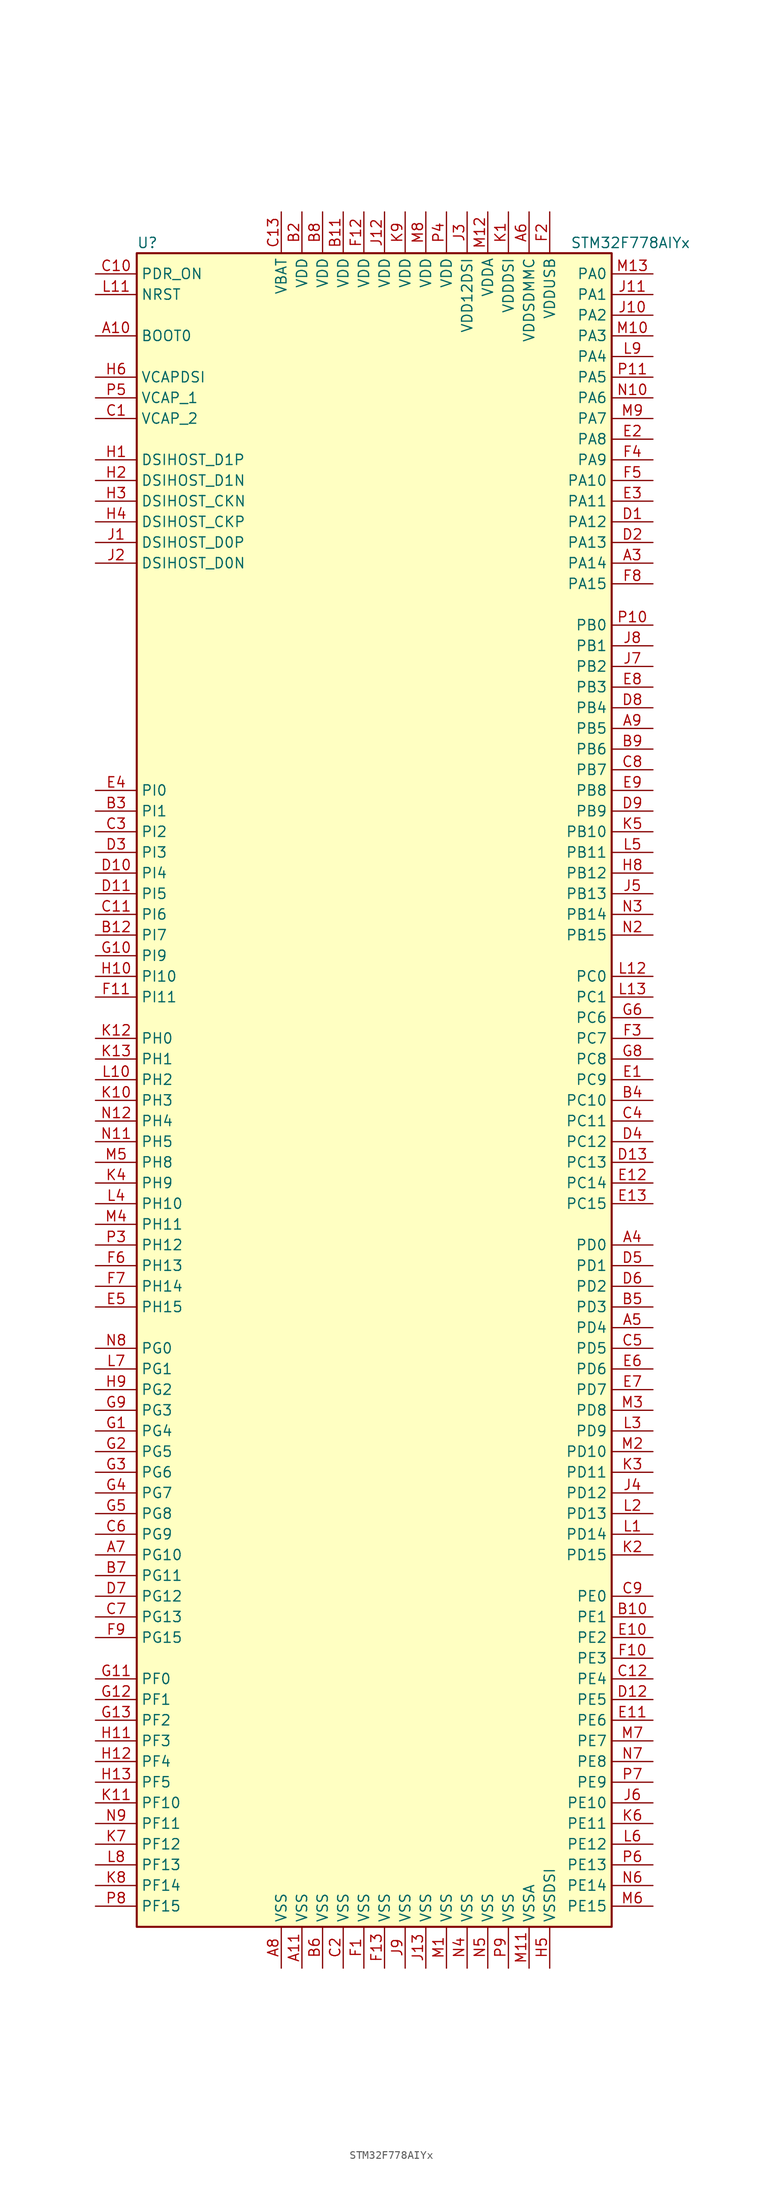
<source format=kicad_sym>
(kicad_symbol_lib
  (version 20220914)
  (generator kicad_symbol_editor)
  (symbol "STM32F778AIYx"
    (property "Reference" "U"
      (at -30.48 102.87 0)
      (effects (font (size 1.27 1.27)) (justify left)))
    (property "Value" "STM32F778AIYx"
      (at 22.86 102.87 0)
      (effects (font (size 1.27 1.27)) (justify left)))
    (symbol "STM32F778AIYx_0_1"
      (rectangle (start -30.48 -104.14) (end 27.94 101.6) (stroke (width 0.254) (type default)) (fill (type background))))
    (symbol "STM32F778AIYx_1_1"
      (pin no_connect line (at -30.48 -101.6 0) (length 5.08) hide (name "NC" (effects (font (size 1.27 1.27)))) (number "A1" (effects (font (size 1.27 1.27)))))
      (pin input line (at -35.56 91.44 0) (length 5.08) (name "BOOT0" (effects (font (size 1.27 1.27)))) (number "A10" (effects (font (size 1.27 1.27)))))
      (pin power_in line (at -10.16 -109.22 90) (length 5.08) (name "VSS" (effects (font (size 1.27 1.27)))) (number "A11" (effects (font (size 1.27 1.27)))))
      (pin no_connect line (at -30.48 -96.52 0) (length 5.08) hide (name "NC" (effects (font (size 1.27 1.27)))) (number "A12" (effects (font (size 1.27 1.27)))))
      (pin no_connect line (at -30.48 -93.98 0) (length 5.08) hide (name "NC" (effects (font (size 1.27 1.27)))) (number "A13" (effects (font (size 1.27 1.27)))))
      (pin no_connect line (at -30.48 -99.06 0) (length 5.08) hide (name "NC" (effects (font (size 1.27 1.27)))) (number "A2" (effects (font (size 1.27 1.27)))))
      (pin bidirectional line (at 33.02 63.5 180) (length 5.08) (name "PA14" (effects (font (size 1.27 1.27)))) (number "A3" (effects (font (size 1.27 1.27)))))
      (pin bidirectional line (at 33.02 -20.32 180) (length 5.08) (name "PD0" (effects (font (size 1.27 1.27)))) (number "A4" (effects (font (size 1.27 1.27)))))
      (pin bidirectional line (at 33.02 -30.48 180) (length 5.08) (name "PD4" (effects (font (size 1.27 1.27)))) (number "A5" (effects (font (size 1.27 1.27)))))
      (pin power_in line (at 17.78 106.68 270) (length 5.08) (name "VDDSDMMC" (effects (font (size 1.27 1.27)))) (number "A6" (effects (font (size 1.27 1.27)))))
      (pin bidirectional line (at -35.56 -58.42 0) (length 5.08) (name "PG10" (effects (font (size 1.27 1.27)))) (number "A7" (effects (font (size 1.27 1.27)))))
      (pin power_in line (at -12.7 -109.22 90) (length 5.08) (name "VSS" (effects (font (size 1.27 1.27)))) (number "A8" (effects (font (size 1.27 1.27)))))
      (pin bidirectional line (at 33.02 43.18 180) (length 5.08) (name "PB5" (effects (font (size 1.27 1.27)))) (number "A9" (effects (font (size 1.27 1.27)))))
      (pin no_connect line (at -30.48 -91.44 0) (length 5.08) hide (name "NC" (effects (font (size 1.27 1.27)))) (number "B1" (effects (font (size 1.27 1.27)))))
      (pin bidirectional line (at 33.02 -66.04 180) (length 5.08) (name "PE1" (effects (font (size 1.27 1.27)))) (number "B10" (effects (font (size 1.27 1.27)))))
      (pin power_in line (at -5.08 106.68 270) (length 5.08) (name "VDD" (effects (font (size 1.27 1.27)))) (number "B11" (effects (font (size 1.27 1.27)))))
      (pin bidirectional line (at -35.56 17.78 0) (length 5.08) (name "PI7" (effects (font (size 1.27 1.27)))) (number "B12" (effects (font (size 1.27 1.27)))))
      (pin no_connect line (at -30.48 -88.9 0) (length 5.08) hide (name "NC" (effects (font (size 1.27 1.27)))) (number "B13" (effects (font (size 1.27 1.27)))))
      (pin power_in line (at -10.16 106.68 270) (length 5.08) (name "VDD" (effects (font (size 1.27 1.27)))) (number "B2" (effects (font (size 1.27 1.27)))))
      (pin bidirectional line (at -35.56 33.02 0) (length 5.08) (name "PI1" (effects (font (size 1.27 1.27)))) (number "B3" (effects (font (size 1.27 1.27)))))
      (pin bidirectional line (at 33.02 -2.54 180) (length 5.08) (name "PC10" (effects (font (size 1.27 1.27)))) (number "B4" (effects (font (size 1.27 1.27)))))
      (pin bidirectional line (at 33.02 -27.94 180) (length 5.08) (name "PD3" (effects (font (size 1.27 1.27)))) (number "B5" (effects (font (size 1.27 1.27)))))
      (pin power_in line (at -7.62 -109.22 90) (length 5.08) (name "VSS" (effects (font (size 1.27 1.27)))) (number "B6" (effects (font (size 1.27 1.27)))))
      (pin bidirectional line (at -35.56 -60.96 0) (length 5.08) (name "PG11" (effects (font (size 1.27 1.27)))) (number "B7" (effects (font (size 1.27 1.27)))))
      (pin power_in line (at -7.62 106.68 270) (length 5.08) (name "VDD" (effects (font (size 1.27 1.27)))) (number "B8" (effects (font (size 1.27 1.27)))))
      (pin bidirectional line (at 33.02 40.64 180) (length 5.08) (name "PB6" (effects (font (size 1.27 1.27)))) (number "B9" (effects (font (size 1.27 1.27)))))
      (pin power_in line (at -35.56 81.28 0) (length 5.08) (name "VCAP_2" (effects (font (size 1.27 1.27)))) (number "C1" (effects (font (size 1.27 1.27)))))
      (pin input line (at -35.56 99.06 0) (length 5.08) (name "PDR_ON" (effects (font (size 1.27 1.27)))) (number "C10" (effects (font (size 1.27 1.27)))))
      (pin bidirectional line (at -35.56 20.32 0) (length 5.08) (name "PI6" (effects (font (size 1.27 1.27)))) (number "C11" (effects (font (size 1.27 1.27)))))
      (pin bidirectional line (at 33.02 -73.66 180) (length 5.08) (name "PE4" (effects (font (size 1.27 1.27)))) (number "C12" (effects (font (size 1.27 1.27)))))
      (pin power_in line (at -12.7 106.68 270) (length 5.08) (name "VBAT" (effects (font (size 1.27 1.27)))) (number "C13" (effects (font (size 1.27 1.27)))))
      (pin power_in line (at -5.08 -109.22 90) (length 5.08) (name "VSS" (effects (font (size 1.27 1.27)))) (number "C2" (effects (font (size 1.27 1.27)))))
      (pin bidirectional line (at -35.56 30.48 0) (length 5.08) (name "PI2" (effects (font (size 1.27 1.27)))) (number "C3" (effects (font (size 1.27 1.27)))))
      (pin bidirectional line (at 33.02 -5.08 180) (length 5.08) (name "PC11" (effects (font (size 1.27 1.27)))) (number "C4" (effects (font (size 1.27 1.27)))))
      (pin bidirectional line (at 33.02 -33.02 180) (length 5.08) (name "PD5" (effects (font (size 1.27 1.27)))) (number "C5" (effects (font (size 1.27 1.27)))))
      (pin bidirectional line (at -35.56 -55.88 0) (length 5.08) (name "PG9" (effects (font (size 1.27 1.27)))) (number "C6" (effects (font (size 1.27 1.27)))))
      (pin bidirectional line (at -35.56 -66.04 0) (length 5.08) (name "PG13" (effects (font (size 1.27 1.27)))) (number "C7" (effects (font (size 1.27 1.27)))))
      (pin bidirectional line (at 33.02 38.1 180) (length 5.08) (name "PB7" (effects (font (size 1.27 1.27)))) (number "C8" (effects (font (size 1.27 1.27)))))
      (pin bidirectional line (at 33.02 -63.5 180) (length 5.08) (name "PE0" (effects (font (size 1.27 1.27)))) (number "C9" (effects (font (size 1.27 1.27)))))
      (pin bidirectional line (at 33.02 68.58 180) (length 5.08) (name "PA12" (effects (font (size 1.27 1.27)))) (number "D1" (effects (font (size 1.27 1.27)))))
      (pin bidirectional line (at -35.56 25.4 0) (length 5.08) (name "PI4" (effects (font (size 1.27 1.27)))) (number "D10" (effects (font (size 1.27 1.27)))))
      (pin bidirectional line (at -35.56 22.86 0) (length 5.08) (name "PI5" (effects (font (size 1.27 1.27)))) (number "D11" (effects (font (size 1.27 1.27)))))
      (pin bidirectional line (at 33.02 -76.2 180) (length 5.08) (name "PE5" (effects (font (size 1.27 1.27)))) (number "D12" (effects (font (size 1.27 1.27)))))
      (pin bidirectional line (at 33.02 -10.16 180) (length 5.08) (name "PC13" (effects (font (size 1.27 1.27)))) (number "D13" (effects (font (size 1.27 1.27)))))
      (pin bidirectional line (at 33.02 66.04 180) (length 5.08) (name "PA13" (effects (font (size 1.27 1.27)))) (number "D2" (effects (font (size 1.27 1.27)))))
      (pin bidirectional line (at -35.56 27.94 0) (length 5.08) (name "PI3" (effects (font (size 1.27 1.27)))) (number "D3" (effects (font (size 1.27 1.27)))))
      (pin bidirectional line (at 33.02 -7.62 180) (length 5.08) (name "PC12" (effects (font (size 1.27 1.27)))) (number "D4" (effects (font (size 1.27 1.27)))))
      (pin bidirectional line (at 33.02 -22.86 180) (length 5.08) (name "PD1" (effects (font (size 1.27 1.27)))) (number "D5" (effects (font (size 1.27 1.27)))))
      (pin bidirectional line (at 33.02 -25.4 180) (length 5.08) (name "PD2" (effects (font (size 1.27 1.27)))) (number "D6" (effects (font (size 1.27 1.27)))))
      (pin bidirectional line (at -35.56 -63.5 0) (length 5.08) (name "PG12" (effects (font (size 1.27 1.27)))) (number "D7" (effects (font (size 1.27 1.27)))))
      (pin bidirectional line (at 33.02 45.72 180) (length 5.08) (name "PB4" (effects (font (size 1.27 1.27)))) (number "D8" (effects (font (size 1.27 1.27)))))
      (pin bidirectional line (at 33.02 33.02 180) (length 5.08) (name "PB9" (effects (font (size 1.27 1.27)))) (number "D9" (effects (font (size 1.27 1.27)))))
      (pin bidirectional line (at 33.02 0 180) (length 5.08) (name "PC9" (effects (font (size 1.27 1.27)))) (number "E1" (effects (font (size 1.27 1.27)))))
      (pin bidirectional line (at 33.02 -68.58 180) (length 5.08) (name "PE2" (effects (font (size 1.27 1.27)))) (number "E10" (effects (font (size 1.27 1.27)))))
      (pin bidirectional line (at 33.02 -78.74 180) (length 5.08) (name "PE6" (effects (font (size 1.27 1.27)))) (number "E11" (effects (font (size 1.27 1.27)))))
      (pin bidirectional line (at 33.02 -12.7 180) (length 5.08) (name "PC14" (effects (font (size 1.27 1.27)))) (number "E12" (effects (font (size 1.27 1.27)))))
      (pin bidirectional line (at 33.02 -15.24 180) (length 5.08) (name "PC15" (effects (font (size 1.27 1.27)))) (number "E13" (effects (font (size 1.27 1.27)))))
      (pin bidirectional line (at 33.02 78.74 180) (length 5.08) (name "PA8" (effects (font (size 1.27 1.27)))) (number "E2" (effects (font (size 1.27 1.27)))))
      (pin bidirectional line (at 33.02 71.12 180) (length 5.08) (name "PA11" (effects (font (size 1.27 1.27)))) (number "E3" (effects (font (size 1.27 1.27)))))
      (pin bidirectional line (at -35.56 35.56 0) (length 5.08) (name "PI0" (effects (font (size 1.27 1.27)))) (number "E4" (effects (font (size 1.27 1.27)))))
      (pin bidirectional line (at -35.56 -27.94 0) (length 5.08) (name "PH15" (effects (font (size 1.27 1.27)))) (number "E5" (effects (font (size 1.27 1.27)))))
      (pin bidirectional line (at 33.02 -35.56 180) (length 5.08) (name "PD6" (effects (font (size 1.27 1.27)))) (number "E6" (effects (font (size 1.27 1.27)))))
      (pin bidirectional line (at 33.02 -38.1 180) (length 5.08) (name "PD7" (effects (font (size 1.27 1.27)))) (number "E7" (effects (font (size 1.27 1.27)))))
      (pin bidirectional line (at 33.02 48.26 180) (length 5.08) (name "PB3" (effects (font (size 1.27 1.27)))) (number "E8" (effects (font (size 1.27 1.27)))))
      (pin bidirectional line (at 33.02 35.56 180) (length 5.08) (name "PB8" (effects (font (size 1.27 1.27)))) (number "E9" (effects (font (size 1.27 1.27)))))
      (pin power_in line (at -2.54 -109.22 90) (length 5.08) (name "VSS" (effects (font (size 1.27 1.27)))) (number "F1" (effects (font (size 1.27 1.27)))))
      (pin bidirectional line (at 33.02 -71.12 180) (length 5.08) (name "PE3" (effects (font (size 1.27 1.27)))) (number "F10" (effects (font (size 1.27 1.27)))))
      (pin bidirectional line (at -35.56 10.16 0) (length 5.08) (name "PI11" (effects (font (size 1.27 1.27)))) (number "F11" (effects (font (size 1.27 1.27)))))
      (pin power_in line (at -2.54 106.68 270) (length 5.08) (name "VDD" (effects (font (size 1.27 1.27)))) (number "F12" (effects (font (size 1.27 1.27)))))
      (pin power_in line (at 0 -109.22 90) (length 5.08) (name "VSS" (effects (font (size 1.27 1.27)))) (number "F13" (effects (font (size 1.27 1.27)))))
      (pin power_in line (at 20.32 106.68 270) (length 5.08) (name "VDDUSB" (effects (font (size 1.27 1.27)))) (number "F2" (effects (font (size 1.27 1.27)))))
      (pin bidirectional line (at 33.02 5.08 180) (length 5.08) (name "PC7" (effects (font (size 1.27 1.27)))) (number "F3" (effects (font (size 1.27 1.27)))))
      (pin bidirectional line (at 33.02 76.2 180) (length 5.08) (name "PA9" (effects (font (size 1.27 1.27)))) (number "F4" (effects (font (size 1.27 1.27)))))
      (pin bidirectional line (at 33.02 73.66 180) (length 5.08) (name "PA10" (effects (font (size 1.27 1.27)))) (number "F5" (effects (font (size 1.27 1.27)))))
      (pin bidirectional line (at -35.56 -22.86 0) (length 5.08) (name "PH13" (effects (font (size 1.27 1.27)))) (number "F6" (effects (font (size 1.27 1.27)))))
      (pin bidirectional line (at -35.56 -25.4 0) (length 5.08) (name "PH14" (effects (font (size 1.27 1.27)))) (number "F7" (effects (font (size 1.27 1.27)))))
      (pin bidirectional line (at 33.02 60.96 180) (length 5.08) (name "PA15" (effects (font (size 1.27 1.27)))) (number "F8" (effects (font (size 1.27 1.27)))))
      (pin bidirectional line (at -35.56 -68.58 0) (length 5.08) (name "PG15" (effects (font (size 1.27 1.27)))) (number "F9" (effects (font (size 1.27 1.27)))))
      (pin bidirectional line (at -35.56 -43.18 0) (length 5.08) (name "PG4" (effects (font (size 1.27 1.27)))) (number "G1" (effects (font (size 1.27 1.27)))))
      (pin bidirectional line (at -35.56 15.24 0) (length 5.08) (name "PI9" (effects (font (size 1.27 1.27)))) (number "G10" (effects (font (size 1.27 1.27)))))
      (pin bidirectional line (at -35.56 -73.66 0) (length 5.08) (name "PF0" (effects (font (size 1.27 1.27)))) (number "G11" (effects (font (size 1.27 1.27)))))
      (pin bidirectional line (at -35.56 -76.2 0) (length 5.08) (name "PF1" (effects (font (size 1.27 1.27)))) (number "G12" (effects (font (size 1.27 1.27)))))
      (pin bidirectional line (at -35.56 -78.74 0) (length 5.08) (name "PF2" (effects (font (size 1.27 1.27)))) (number "G13" (effects (font (size 1.27 1.27)))))
      (pin bidirectional line (at -35.56 -45.72 0) (length 5.08) (name "PG5" (effects (font (size 1.27 1.27)))) (number "G2" (effects (font (size 1.27 1.27)))))
      (pin bidirectional line (at -35.56 -48.26 0) (length 5.08) (name "PG6" (effects (font (size 1.27 1.27)))) (number "G3" (effects (font (size 1.27 1.27)))))
      (pin bidirectional line (at -35.56 -50.8 0) (length 5.08) (name "PG7" (effects (font (size 1.27 1.27)))) (number "G4" (effects (font (size 1.27 1.27)))))
      (pin bidirectional line (at -35.56 -53.34 0) (length 5.08) (name "PG8" (effects (font (size 1.27 1.27)))) (number "G5" (effects (font (size 1.27 1.27)))))
      (pin bidirectional line (at 33.02 7.62 180) (length 5.08) (name "PC6" (effects (font (size 1.27 1.27)))) (number "G6" (effects (font (size 1.27 1.27)))))
      (pin bidirectional line (at 33.02 2.54 180) (length 5.08) (name "PC8" (effects (font (size 1.27 1.27)))) (number "G8" (effects (font (size 1.27 1.27)))))
      (pin bidirectional line (at -35.56 -40.64 0) (length 5.08) (name "PG3" (effects (font (size 1.27 1.27)))) (number "G9" (effects (font (size 1.27 1.27)))))
      (pin bidirectional line (at -35.56 76.2 0) (length 5.08) (name "DSIHOST_D1P" (effects (font (size 1.27 1.27)))) (number "H1" (effects (font (size 1.27 1.27)))))
      (pin bidirectional line (at -35.56 12.7 0) (length 5.08) (name "PI10" (effects (font (size 1.27 1.27)))) (number "H10" (effects (font (size 1.27 1.27)))))
      (pin bidirectional line (at -35.56 -81.28 0) (length 5.08) (name "PF3" (effects (font (size 1.27 1.27)))) (number "H11" (effects (font (size 1.27 1.27)))))
      (pin bidirectional line (at -35.56 -83.82 0) (length 5.08) (name "PF4" (effects (font (size 1.27 1.27)))) (number "H12" (effects (font (size 1.27 1.27)))))
      (pin bidirectional line (at -35.56 -86.36 0) (length 5.08) (name "PF5" (effects (font (size 1.27 1.27)))) (number "H13" (effects (font (size 1.27 1.27)))))
      (pin bidirectional line (at -35.56 73.66 0) (length 5.08) (name "DSIHOST_D1N" (effects (font (size 1.27 1.27)))) (number "H2" (effects (font (size 1.27 1.27)))))
      (pin bidirectional line (at -35.56 71.12 0) (length 5.08) (name "DSIHOST_CKN" (effects (font (size 1.27 1.27)))) (number "H3" (effects (font (size 1.27 1.27)))))
      (pin bidirectional line (at -35.56 68.58 0) (length 5.08) (name "DSIHOST_CKP" (effects (font (size 1.27 1.27)))) (number "H4" (effects (font (size 1.27 1.27)))))
      (pin power_in line (at 20.32 -109.22 90) (length 5.08) (name "VSSDSI" (effects (font (size 1.27 1.27)))) (number "H5" (effects (font (size 1.27 1.27)))))
      (pin power_in line (at -35.56 86.36 0) (length 5.08) (name "VCAPDSI" (effects (font (size 1.27 1.27)))) (number "H6" (effects (font (size 1.27 1.27)))))
      (pin bidirectional line (at 33.02 25.4 180) (length 5.08) (name "PB12" (effects (font (size 1.27 1.27)))) (number "H8" (effects (font (size 1.27 1.27)))))
      (pin bidirectional line (at -35.56 -38.1 0) (length 5.08) (name "PG2" (effects (font (size 1.27 1.27)))) (number "H9" (effects (font (size 1.27 1.27)))))
      (pin bidirectional line (at -35.56 66.04 0) (length 5.08) (name "DSIHOST_D0P" (effects (font (size 1.27 1.27)))) (number "J1" (effects (font (size 1.27 1.27)))))
      (pin bidirectional line (at 33.02 93.98 180) (length 5.08) (name "PA2" (effects (font (size 1.27 1.27)))) (number "J10" (effects (font (size 1.27 1.27)))))
      (pin bidirectional line (at 33.02 96.52 180) (length 5.08) (name "PA1" (effects (font (size 1.27 1.27)))) (number "J11" (effects (font (size 1.27 1.27)))))
      (pin power_in line (at 0 106.68 270) (length 5.08) (name "VDD" (effects (font (size 1.27 1.27)))) (number "J12" (effects (font (size 1.27 1.27)))))
      (pin power_in line (at 5.08 -109.22 90) (length 5.08) (name "VSS" (effects (font (size 1.27 1.27)))) (number "J13" (effects (font (size 1.27 1.27)))))
      (pin bidirectional line (at -35.56 63.5 0) (length 5.08) (name "DSIHOST_D0N" (effects (font (size 1.27 1.27)))) (number "J2" (effects (font (size 1.27 1.27)))))
      (pin power_in line (at 10.16 106.68 270) (length 5.08) (name "VDD12DSI" (effects (font (size 1.27 1.27)))) (number "J3" (effects (font (size 1.27 1.27)))))
      (pin bidirectional line (at 33.02 -50.8 180) (length 5.08) (name "PD12" (effects (font (size 1.27 1.27)))) (number "J4" (effects (font (size 1.27 1.27)))))
      (pin bidirectional line (at 33.02 22.86 180) (length 5.08) (name "PB13" (effects (font (size 1.27 1.27)))) (number "J5" (effects (font (size 1.27 1.27)))))
      (pin bidirectional line (at 33.02 -88.9 180) (length 5.08) (name "PE10" (effects (font (size 1.27 1.27)))) (number "J6" (effects (font (size 1.27 1.27)))))
      (pin bidirectional line (at 33.02 50.8 180) (length 5.08) (name "PB2" (effects (font (size 1.27 1.27)))) (number "J7" (effects (font (size 1.27 1.27)))))
      (pin bidirectional line (at 33.02 53.34 180) (length 5.08) (name "PB1" (effects (font (size 1.27 1.27)))) (number "J8" (effects (font (size 1.27 1.27)))))
      (pin power_in line (at 2.54 -109.22 90) (length 5.08) (name "VSS" (effects (font (size 1.27 1.27)))) (number "J9" (effects (font (size 1.27 1.27)))))
      (pin power_in line (at 15.24 106.68 270) (length 5.08) (name "VDDDSI" (effects (font (size 1.27 1.27)))) (number "K1" (effects (font (size 1.27 1.27)))))
      (pin bidirectional line (at -35.56 -2.54 0) (length 5.08) (name "PH3" (effects (font (size 1.27 1.27)))) (number "K10" (effects (font (size 1.27 1.27)))))
      (pin bidirectional line (at -35.56 -88.9 0) (length 5.08) (name "PF10" (effects (font (size 1.27 1.27)))) (number "K11" (effects (font (size 1.27 1.27)))))
      (pin input line (at -35.56 5.08 0) (length 5.08) (name "PH0" (effects (font (size 1.27 1.27)))) (number "K12" (effects (font (size 1.27 1.27)))))
      (pin input line (at -35.56 2.54 0) (length 5.08) (name "PH1" (effects (font (size 1.27 1.27)))) (number "K13" (effects (font (size 1.27 1.27)))))
      (pin bidirectional line (at 33.02 -58.42 180) (length 5.08) (name "PD15" (effects (font (size 1.27 1.27)))) (number "K2" (effects (font (size 1.27 1.27)))))
      (pin bidirectional line (at 33.02 -48.26 180) (length 5.08) (name "PD11" (effects (font (size 1.27 1.27)))) (number "K3" (effects (font (size 1.27 1.27)))))
      (pin bidirectional line (at -35.56 -12.7 0) (length 5.08) (name "PH9" (effects (font (size 1.27 1.27)))) (number "K4" (effects (font (size 1.27 1.27)))))
      (pin bidirectional line (at 33.02 30.48 180) (length 5.08) (name "PB10" (effects (font (size 1.27 1.27)))) (number "K5" (effects (font (size 1.27 1.27)))))
      (pin bidirectional line (at 33.02 -91.44 180) (length 5.08) (name "PE11" (effects (font (size 1.27 1.27)))) (number "K6" (effects (font (size 1.27 1.27)))))
      (pin bidirectional line (at -35.56 -93.98 0) (length 5.08) (name "PF12" (effects (font (size 1.27 1.27)))) (number "K7" (effects (font (size 1.27 1.27)))))
      (pin bidirectional line (at -35.56 -99.06 0) (length 5.08) (name "PF14" (effects (font (size 1.27 1.27)))) (number "K8" (effects (font (size 1.27 1.27)))))
      (pin power_in line (at 2.54 106.68 270) (length 5.08) (name "VDD" (effects (font (size 1.27 1.27)))) (number "K9" (effects (font (size 1.27 1.27)))))
      (pin bidirectional line (at 33.02 -55.88 180) (length 5.08) (name "PD14" (effects (font (size 1.27 1.27)))) (number "L1" (effects (font (size 1.27 1.27)))))
      (pin bidirectional line (at -35.56 0 0) (length 5.08) (name "PH2" (effects (font (size 1.27 1.27)))) (number "L10" (effects (font (size 1.27 1.27)))))
      (pin input line (at -35.56 96.52 0) (length 5.08) (name "NRST" (effects (font (size 1.27 1.27)))) (number "L11" (effects (font (size 1.27 1.27)))))
      (pin bidirectional line (at 33.02 12.7 180) (length 5.08) (name "PC0" (effects (font (size 1.27 1.27)))) (number "L12" (effects (font (size 1.27 1.27)))))
      (pin bidirectional line (at 33.02 10.16 180) (length 5.08) (name "PC1" (effects (font (size 1.27 1.27)))) (number "L13" (effects (font (size 1.27 1.27)))))
      (pin bidirectional line (at 33.02 -53.34 180) (length 5.08) (name "PD13" (effects (font (size 1.27 1.27)))) (number "L2" (effects (font (size 1.27 1.27)))))
      (pin bidirectional line (at 33.02 -43.18 180) (length 5.08) (name "PD9" (effects (font (size 1.27 1.27)))) (number "L3" (effects (font (size 1.27 1.27)))))
      (pin bidirectional line (at -35.56 -15.24 0) (length 5.08) (name "PH10" (effects (font (size 1.27 1.27)))) (number "L4" (effects (font (size 1.27 1.27)))))
      (pin bidirectional line (at 33.02 27.94 180) (length 5.08) (name "PB11" (effects (font (size 1.27 1.27)))) (number "L5" (effects (font (size 1.27 1.27)))))
      (pin bidirectional line (at 33.02 -93.98 180) (length 5.08) (name "PE12" (effects (font (size 1.27 1.27)))) (number "L6" (effects (font (size 1.27 1.27)))))
      (pin bidirectional line (at -35.56 -35.56 0) (length 5.08) (name "PG1" (effects (font (size 1.27 1.27)))) (number "L7" (effects (font (size 1.27 1.27)))))
      (pin bidirectional line (at -35.56 -96.52 0) (length 5.08) (name "PF13" (effects (font (size 1.27 1.27)))) (number "L8" (effects (font (size 1.27 1.27)))))
      (pin bidirectional line (at 33.02 88.9 180) (length 5.08) (name "PA4" (effects (font (size 1.27 1.27)))) (number "L9" (effects (font (size 1.27 1.27)))))
      (pin power_in line (at 7.62 -109.22 90) (length 5.08) (name "VSS" (effects (font (size 1.27 1.27)))) (number "M1" (effects (font (size 1.27 1.27)))))
      (pin bidirectional line (at 33.02 91.44 180) (length 5.08) (name "PA3" (effects (font (size 1.27 1.27)))) (number "M10" (effects (font (size 1.27 1.27)))))
      (pin power_in line (at 17.78 -109.22 90) (length 5.08) (name "VSSA" (effects (font (size 1.27 1.27)))) (number "M11" (effects (font (size 1.27 1.27)))))
      (pin power_in line (at 12.7 106.68 270) (length 5.08) (name "VDDA" (effects (font (size 1.27 1.27)))) (number "M12" (effects (font (size 1.27 1.27)))))
      (pin bidirectional line (at 33.02 99.06 180) (length 5.08) (name "PA0" (effects (font (size 1.27 1.27)))) (number "M13" (effects (font (size 1.27 1.27)))))
      (pin bidirectional line (at 33.02 -45.72 180) (length 5.08) (name "PD10" (effects (font (size 1.27 1.27)))) (number "M2" (effects (font (size 1.27 1.27)))))
      (pin bidirectional line (at 33.02 -40.64 180) (length 5.08) (name "PD8" (effects (font (size 1.27 1.27)))) (number "M3" (effects (font (size 1.27 1.27)))))
      (pin bidirectional line (at -35.56 -17.78 0) (length 5.08) (name "PH11" (effects (font (size 1.27 1.27)))) (number "M4" (effects (font (size 1.27 1.27)))))
      (pin bidirectional line (at -35.56 -10.16 0) (length 5.08) (name "PH8" (effects (font (size 1.27 1.27)))) (number "M5" (effects (font (size 1.27 1.27)))))
      (pin bidirectional line (at 33.02 -101.6 180) (length 5.08) (name "PE15" (effects (font (size 1.27 1.27)))) (number "M6" (effects (font (size 1.27 1.27)))))
      (pin bidirectional line (at 33.02 -81.28 180) (length 5.08) (name "PE7" (effects (font (size 1.27 1.27)))) (number "M7" (effects (font (size 1.27 1.27)))))
      (pin power_in line (at 5.08 106.68 270) (length 5.08) (name "VDD" (effects (font (size 1.27 1.27)))) (number "M8" (effects (font (size 1.27 1.27)))))
      (pin bidirectional line (at 33.02 81.28 180) (length 5.08) (name "PA7" (effects (font (size 1.27 1.27)))) (number "M9" (effects (font (size 1.27 1.27)))))
      (pin no_connect line (at -30.48 -86.36 0) (length 5.08) hide (name "NC" (effects (font (size 1.27 1.27)))) (number "N1" (effects (font (size 1.27 1.27)))))
      (pin bidirectional line (at 33.02 83.82 180) (length 5.08) (name "PA6" (effects (font (size 1.27 1.27)))) (number "N10" (effects (font (size 1.27 1.27)))))
      (pin bidirectional line (at -35.56 -7.62 0) (length 5.08) (name "PH5" (effects (font (size 1.27 1.27)))) (number "N11" (effects (font (size 1.27 1.27)))))
      (pin bidirectional line (at -35.56 -5.08 0) (length 5.08) (name "PH4" (effects (font (size 1.27 1.27)))) (number "N12" (effects (font (size 1.27 1.27)))))
      (pin no_connect line (at -30.48 -83.82 0) (length 5.08) hide (name "NC" (effects (font (size 1.27 1.27)))) (number "N13" (effects (font (size 1.27 1.27)))))
      (pin bidirectional line (at 33.02 17.78 180) (length 5.08) (name "PB15" (effects (font (size 1.27 1.27)))) (number "N2" (effects (font (size 1.27 1.27)))))
      (pin bidirectional line (at 33.02 20.32 180) (length 5.08) (name "PB14" (effects (font (size 1.27 1.27)))) (number "N3" (effects (font (size 1.27 1.27)))))
      (pin power_in line (at 10.16 -109.22 90) (length 5.08) (name "VSS" (effects (font (size 1.27 1.27)))) (number "N4" (effects (font (size 1.27 1.27)))))
      (pin power_in line (at 12.7 -109.22 90) (length 5.08) (name "VSS" (effects (font (size 1.27 1.27)))) (number "N5" (effects (font (size 1.27 1.27)))))
      (pin bidirectional line (at 33.02 -99.06 180) (length 5.08) (name "PE14" (effects (font (size 1.27 1.27)))) (number "N6" (effects (font (size 1.27 1.27)))))
      (pin bidirectional line (at 33.02 -83.82 180) (length 5.08) (name "PE8" (effects (font (size 1.27 1.27)))) (number "N7" (effects (font (size 1.27 1.27)))))
      (pin bidirectional line (at -35.56 -33.02 0) (length 5.08) (name "PG0" (effects (font (size 1.27 1.27)))) (number "N8" (effects (font (size 1.27 1.27)))))
      (pin bidirectional line (at -35.56 -91.44 0) (length 5.08) (name "PF11" (effects (font (size 1.27 1.27)))) (number "N9" (effects (font (size 1.27 1.27)))))
      (pin no_connect line (at -30.48 -81.28 0) (length 5.08) hide (name "NC" (effects (font (size 1.27 1.27)))) (number "P1" (effects (font (size 1.27 1.27)))))
      (pin bidirectional line (at 33.02 55.88 180) (length 5.08) (name "PB0" (effects (font (size 1.27 1.27)))) (number "P10" (effects (font (size 1.27 1.27)))))
      (pin bidirectional line (at 33.02 86.36 180) (length 5.08) (name "PA5" (effects (font (size 1.27 1.27)))) (number "P11" (effects (font (size 1.27 1.27)))))
      (pin no_connect line (at -30.48 -76.2 0) (length 5.08) hide (name "NC" (effects (font (size 1.27 1.27)))) (number "P12" (effects (font (size 1.27 1.27)))))
      (pin no_connect line (at -30.48 -73.66 0) (length 5.08) hide (name "NC" (effects (font (size 1.27 1.27)))) (number "P13" (effects (font (size 1.27 1.27)))))
      (pin no_connect line (at -30.48 -78.74 0) (length 5.08) hide (name "NC" (effects (font (size 1.27 1.27)))) (number "P2" (effects (font (size 1.27 1.27)))))
      (pin bidirectional line (at -35.56 -20.32 0) (length 5.08) (name "PH12" (effects (font (size 1.27 1.27)))) (number "P3" (effects (font (size 1.27 1.27)))))
      (pin power_in line (at 7.62 106.68 270) (length 5.08) (name "VDD" (effects (font (size 1.27 1.27)))) (number "P4" (effects (font (size 1.27 1.27)))))
      (pin power_in line (at -35.56 83.82 0) (length 5.08) (name "VCAP_1" (effects (font (size 1.27 1.27)))) (number "P5" (effects (font (size 1.27 1.27)))))
      (pin bidirectional line (at 33.02 -96.52 180) (length 5.08) (name "PE13" (effects (font (size 1.27 1.27)))) (number "P6" (effects (font (size 1.27 1.27)))))
      (pin bidirectional line (at 33.02 -86.36 180) (length 5.08) (name "PE9" (effects (font (size 1.27 1.27)))) (number "P7" (effects (font (size 1.27 1.27)))))
      (pin bidirectional line (at -35.56 -101.6 0) (length 5.08) (name "PF15" (effects (font (size 1.27 1.27)))) (number "P8" (effects (font (size 1.27 1.27)))))
      (pin power_in line (at 15.24 -109.22 90) (length 5.08) (name "VSS" (effects (font (size 1.27 1.27)))) (number "P9" (effects (font (size 1.27 1.27))))))))
</source>
